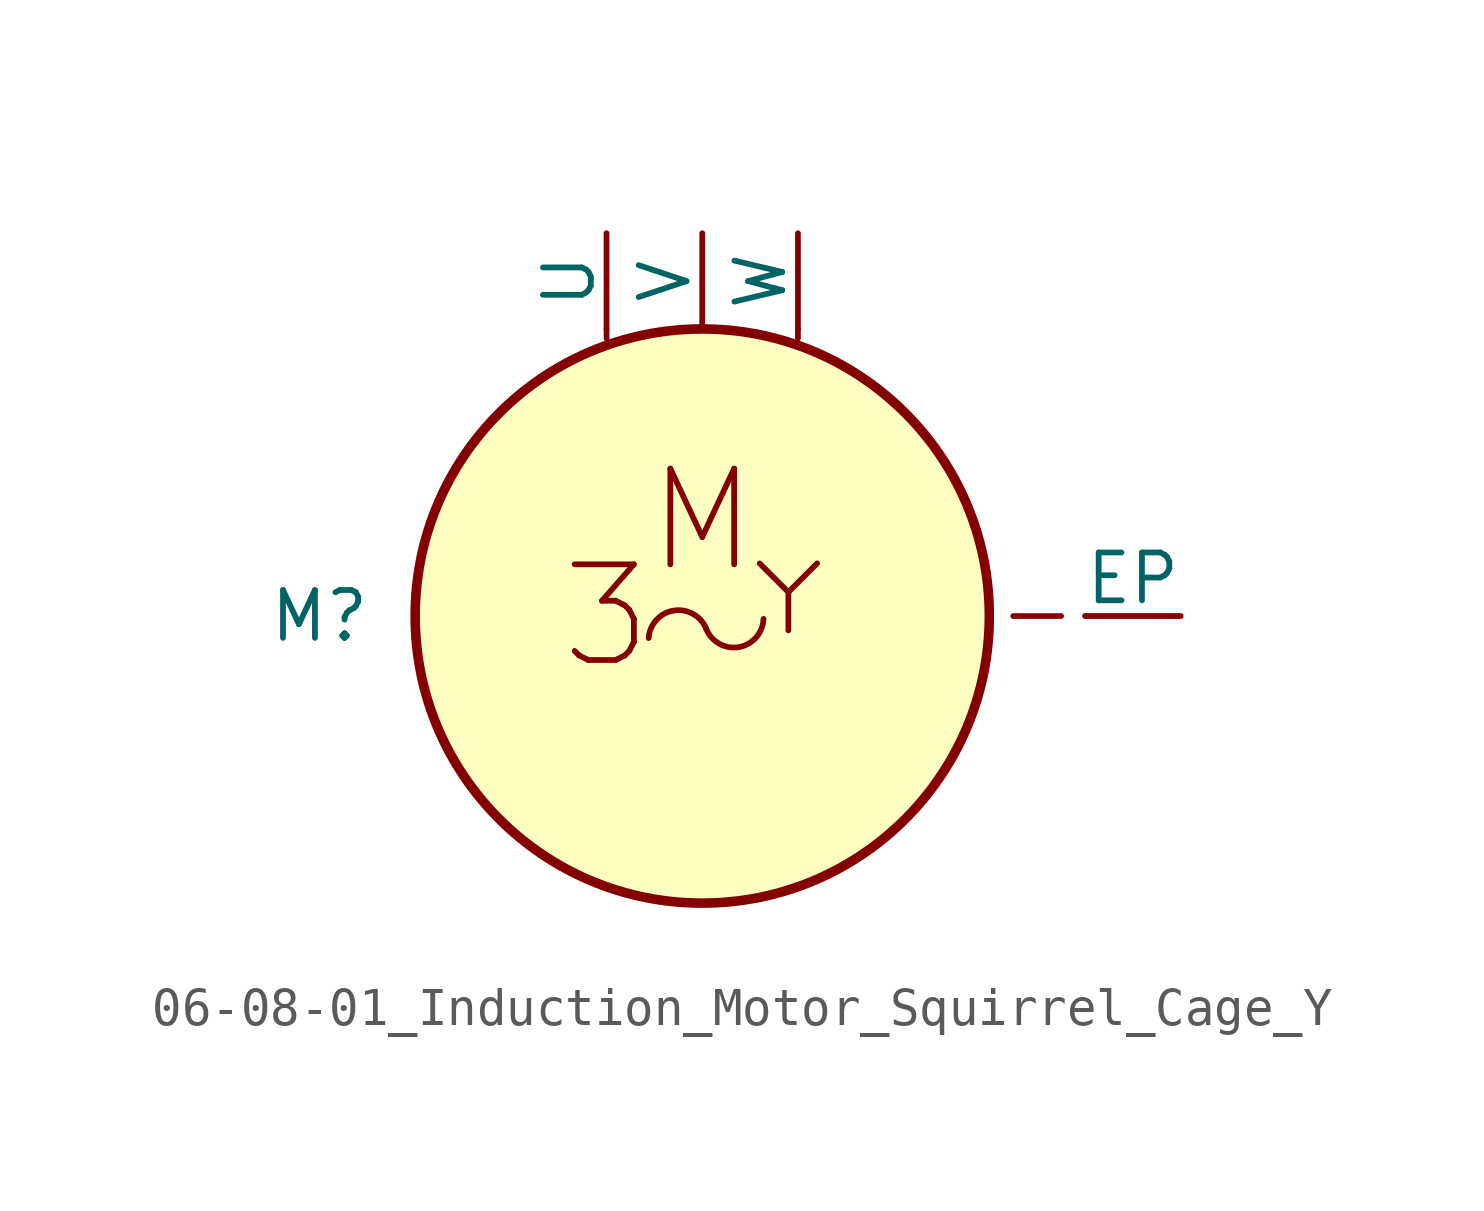
<source format=kicad_sym>
(kicad_symbol_lib
  (version 20201005)
  (generator kicad_symbol_editor)
  (symbol "Symbol_IEC_60617-6:06-08-01_Induction_Motor_Squirrel_Cage_Y"
    (pin_numbers hide)
    (pin_names
      (offset 0))
    (property "Reference" "M"
      (at -10.16 0 0)
      (effects (font (size 1.27 1.27))))
    (symbol "06-08-01_Induction_Motor_Squirrel_Cage_Y_0_1"
      (circle (center 0 0) (radius 7.62) (stroke (width 0.254)) (fill (type background)))
      (polyline (pts (xy -2.54 7.62) (xy -2.54 7.366)) (stroke (width 0.152)) (fill (type none)))
      (polyline (pts (xy 2.54 7.62) (xy 2.54 7.366)) (stroke (width 0.152)) (fill (type none))))
    (symbol "06-08-01_Induction_Motor_Squirrel_Cage_Y_1_1"
      (arc (start 0.1016 -0.3302) (end -1.4224 -0.5842) (radius (at -0.635 -0.635) (length 0.7874) (angles 22.5 176.3)) (stroke (width 0)) (fill (type none)))
      (arc (start 1.6256 -0.0762) (end 0.1016 -0.3302) (radius (at 0.8128 -0.0254) (length 0.762) (angles -3.6 -156.8)) (stroke (width 0)) (fill (type none)))
      (text "3" (at -2.54 0 0) (effects (font (size 2.54 2.54))))
      (text "M" (at 0 2.54 0) (effects (font (size 2.54 2.54))))
      (polyline (pts (xy 2.286 0.635) (xy 3.048 1.397)) (stroke (width 0)) (fill (type none)))
      (polyline (pts (xy 9.525 0) (xy 8.255 0)) (stroke (width 0.152)) (fill (type none)))
      (polyline (pts (xy 2.286 -0.381) (xy 2.286 0.635) (xy 1.524 1.397)) (stroke (width 0)) (fill (type none)))
      (pin passive line (at -2.54 10.16 270) (length 2.54) (name "U" (effects (font (size 1.27 1.27)))) (number "1" (effects (font (size 1.27 1.27)))))
      (pin passive line (at 0 10.16 270) (length 2.54) (name "V" (effects (font (size 1.27 1.27)))) (number "2" (effects (font (size 1.27 1.27)))))
      (pin passive line (at 2.54 10.16 270) (length 2.54) (name "W" (effects (font (size 1.27 1.27)))) (number "3" (effects (font (size 1.27 1.27)))))
      (pin passive line (at 12.7 0 180) (length 2.54) (name "EP" (effects (font (size 1.27 1.27)))) (number "~" (effects (font (size 1.27 1.27))))))))
</source>
